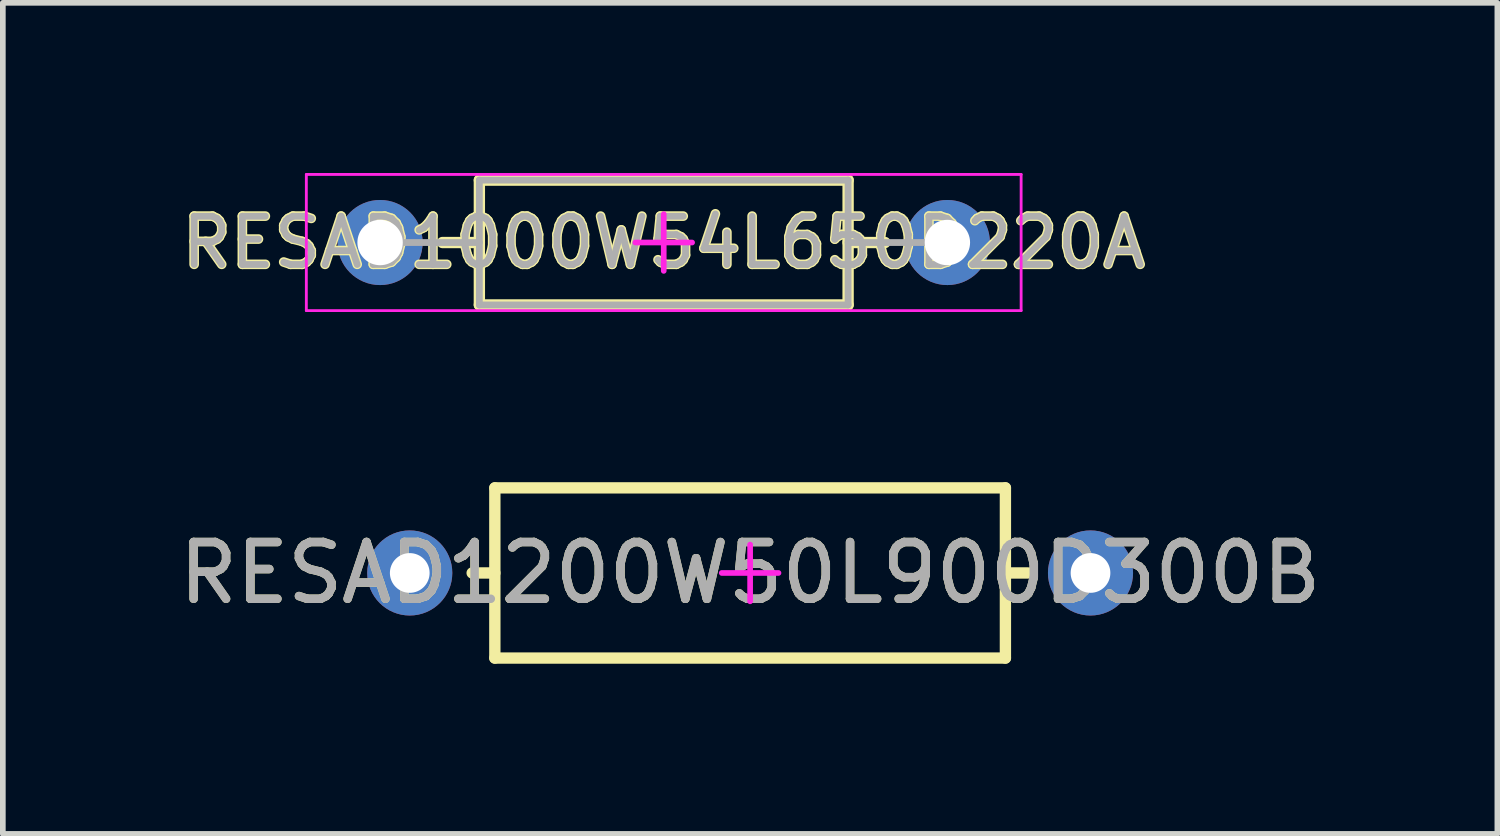
<source format=kicad_pcb>
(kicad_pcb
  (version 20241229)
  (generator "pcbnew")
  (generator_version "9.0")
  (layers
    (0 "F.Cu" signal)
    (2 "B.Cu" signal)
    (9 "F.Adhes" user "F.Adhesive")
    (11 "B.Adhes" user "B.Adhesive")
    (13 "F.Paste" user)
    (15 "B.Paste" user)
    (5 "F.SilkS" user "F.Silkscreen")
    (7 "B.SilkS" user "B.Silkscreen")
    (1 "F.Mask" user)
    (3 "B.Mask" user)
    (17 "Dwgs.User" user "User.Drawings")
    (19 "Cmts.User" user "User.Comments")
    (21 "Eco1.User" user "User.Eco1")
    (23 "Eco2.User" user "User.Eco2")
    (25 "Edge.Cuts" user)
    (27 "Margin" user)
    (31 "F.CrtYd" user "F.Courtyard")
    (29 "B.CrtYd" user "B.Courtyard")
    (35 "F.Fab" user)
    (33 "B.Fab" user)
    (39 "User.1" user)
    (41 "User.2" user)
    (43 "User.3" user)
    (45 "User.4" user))
  (footprint "RESAD1200W50L900D300B"
    (layer "F.Cu")
    (at 10.173 7.05)
    (property "Reference" "RESAD1200W50L900D300B" (at 0 0 0) (layer "F.SilkS") (effects (font (size 1 1) (thickness 0.15))))
    (attr through_hole)
    (fp_line (start -4.5 -1.5) (end -4.5 1.5) (stroke (width 0.2) (type solid)) (layer "F.SilkS"))
    (fp_line (start -4.5 -1.5) (end 4.5 -1.5) (stroke (width 0.2) (type solid)) (layer "F.SilkS"))
    (fp_line (start -4.5 0) (end -4.9 0) (stroke (width 0.2) (type solid)) (layer "F.SilkS"))
    (fp_line (start 4.5 -1.5) (end 4.5 1.5) (stroke (width 0.2) (type solid)) (layer "F.SilkS"))
    (fp_line (start 4.5 0) (end 4.9 0) (stroke (width 0.2) (type solid)) (layer "F.SilkS"))
    (fp_line (start 4.5 1.5) (end -4.5 1.5) (stroke (width 0.2) (type solid)) (layer "F.SilkS"))
    (fp_line (start 0 -0.5) (end 0 0.5) (stroke (width 0.1) (type solid)) (layer "F.CrtYd"))
    (fp_line (start 0.5 0) (end -0.5 0) (stroke (width 0.1) (type solid)) (layer "F.CrtYd"))
    (fp_text user "${REFERENCE}" (at 0 0 0) (layer "F.Fab") (effects (font (size 1 1) (thickness 0.15))))
    (pad "1" thru_hole circle (at -6 0) (size 1.5 1.5) (drill 0.7) (layers "*.Cu" "*.Mask"))
    (pad "2" thru_hole circle (at 6 0) (size 1.5 1.5) (drill 0.7) (layers "*.Cu" "*.Mask")))
  (footprint "RESAD1000W54L650D220A"
    (layer "F.Cu")
    (at 8.65 1.225)
    (property "Reference" "RESAD1000W54L650D220A" (at 0 0 0) (layer "F.SilkS") (effects (font (size 0.85 0.85) (thickness 0.17))))
    (attr through_hole)
    (fp_line (start -3.25 -1.1) (end -3.25 1.1) (stroke (width 0.2) (type solid)) (layer "F.SilkS"))
    (fp_line (start -3.25 -1.1) (end 3.25 -1.1) (stroke (width 0.2) (type solid)) (layer "F.SilkS"))
    (fp_line (start -3.25 0) (end -3.9 0) (stroke (width 0.2) (type solid)) (layer "F.SilkS"))
    (fp_line (start -3.25 1.1) (end 3.25 1.1) (stroke (width 0.2) (type solid)) (layer "F.SilkS"))
    (fp_line (start 3.25 -1.1) (end 3.25 1.1) (stroke (width 0.2) (type solid)) (layer "F.SilkS"))
    (fp_line (start 3.25 0) (end 3.9 0) (stroke (width 0.2) (type solid)) (layer "F.SilkS"))
    (fp_line (start -6.3 -1.2) (end -6.3 1.2) (stroke (width 0.05) (type solid)) (layer "F.CrtYd"))
    (fp_line (start -6.3 1.2) (end 6.3 1.2) (stroke (width 0.05) (type solid)) (layer "F.CrtYd"))
    (fp_line (start 0 -0.5) (end 0 0.5) (stroke (width 0.1) (type solid)) (layer "F.CrtYd"))
    (fp_line (start 0.5 0) (end -0.5 0) (stroke (width 0.1) (type solid)) (layer "F.CrtYd"))
    (fp_line (start 6.3 -1.2) (end -6.3 -1.2) (stroke (width 0.05) (type solid)) (layer "F.CrtYd"))
    (fp_line (start 6.3 1.2) (end 6.3 -1.2) (stroke (width 0.05) (type solid)) (layer "F.CrtYd"))
    (fp_line (start -5 0) (end -3.25 0) (stroke (width 0.12) (type solid)) (layer "F.Fab"))
    (fp_line (start -3.25 -1.1) (end 3.25 -1.1) (stroke (width 0.12) (type solid)) (layer "F.Fab"))
    (fp_line (start -3.25 1.1) (end -3.25 -1.1) (stroke (width 0.12) (type solid)) (layer "F.Fab"))
    (fp_line (start 3.25 -1.1) (end 3.25 1.1) (stroke (width 0.12) (type solid)) (layer "F.Fab"))
    (fp_line (start 3.25 1.1) (end -3.25 1.1) (stroke (width 0.12) (type solid)) (layer "F.Fab"))
    (fp_line (start 4.95 0) (end 3.25 0) (stroke (width 0.12) (type solid)) (layer "F.Fab"))
    (fp_text user "${REFERENCE}" (at 0 0 0) (layer "F.Fab") (effects (font (size 0.85 0.85) (thickness 0.12))))
    (pad "1" thru_hole circle (at -5 0) (size 1.5 1.5) (drill 0.8) (layers "*.Cu" "*.Mask"))
    (pad "2" thru_hole circle (at 5 0) (size 1.5 1.5) (drill 0.8) (layers "*.Cu" "*.Mask")))
  (gr_rect
    (start -3 -3)
    (end 23.345 11.65)
    (stroke (width 0.1) (type default))
    (fill no)
    (layer "Edge.Cuts")))
</source>
